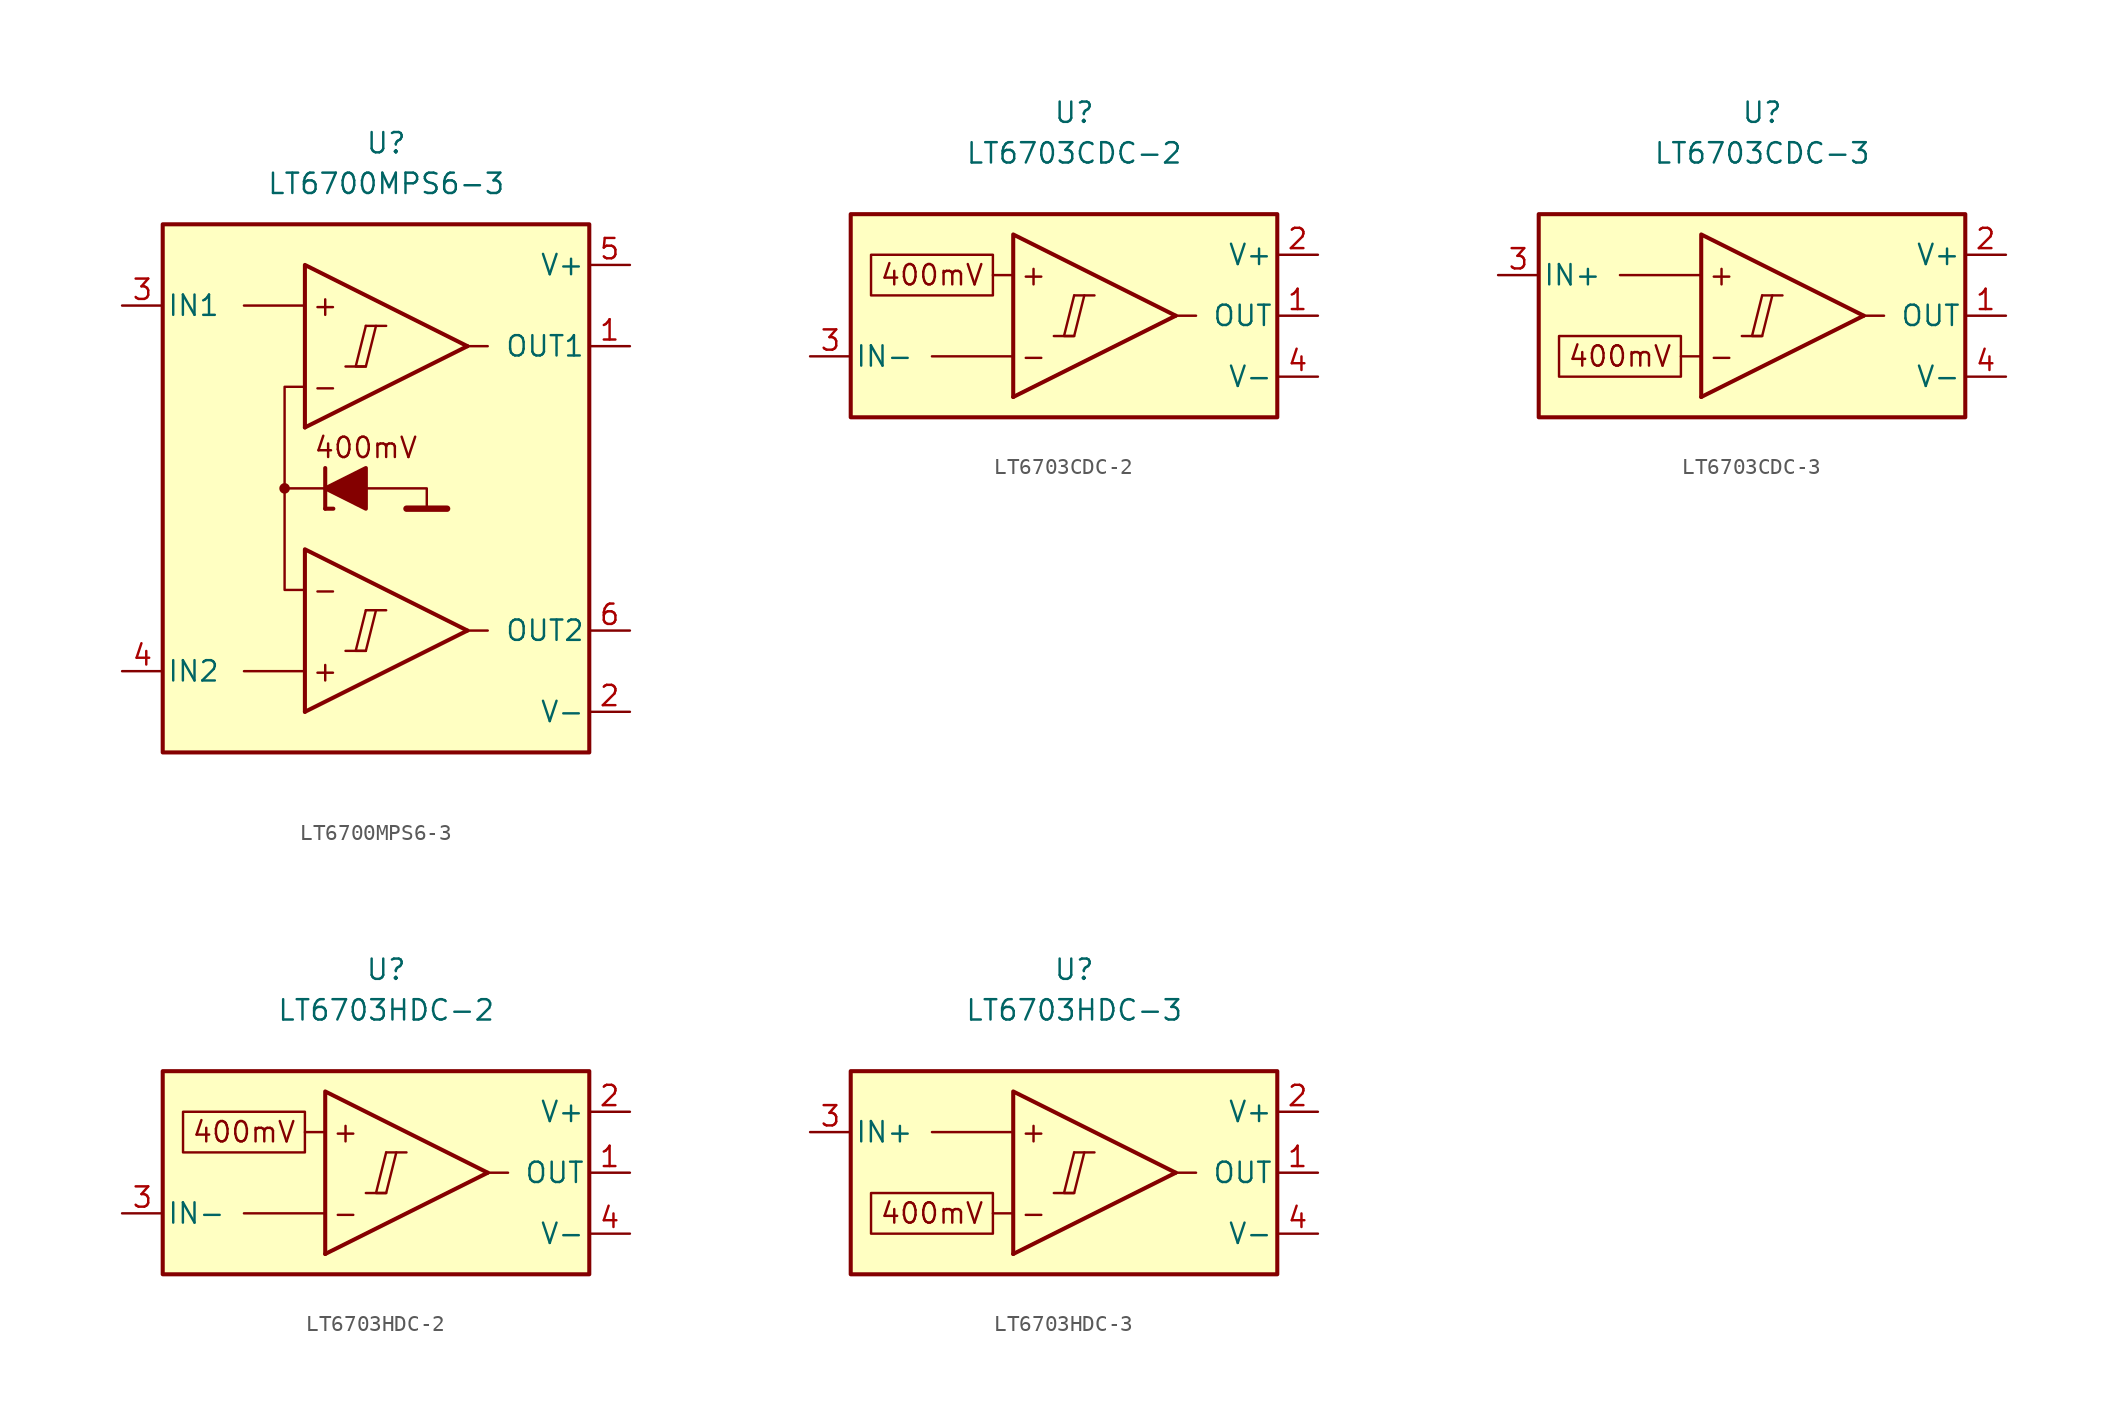
<source format=kicad_sym>
(kicad_symbol_lib
  (version 20231120)
  (generator "kicad_symbol_editor")
  (generator_version "8.0")
  (symbol "LT6700MPS6-3"
    (pin_names
      (offset 0.254))
    (property "Reference" "U"
      (at 0 22.86 0)
      (effects (font (size 1.27 1.27))))
    (property "Value" "LT6700MPS6-3"
      (at 0 20.32 0)
      (effects (font (size 1.27 1.27))))
    (symbol "LT6700MPS6-3_0_0"
      (rectangle (start -13.97 17.78) (end 12.7 -15.24) (stroke (width 0.254) (type default)) (fill (type background)))
      (circle (center -6.35 1.27) (radius 0.254) (stroke (width 0.152) (type default)) (fill (type outline)))
      (polyline (pts (xy -2.54 -8.89) (xy -1.27 -8.89)) (stroke (width 0.152) (type default)) (fill (type none)))
      (polyline (pts (xy -2.54 8.89) (xy -1.27 8.89)) (stroke (width 0.152) (type default)) (fill (type none)))
      (polyline (pts (xy -1.27 -6.35) (xy 0 -6.35)) (stroke (width 0.152) (type default)) (fill (type none)))
      (polyline (pts (xy -1.27 11.43) (xy 0 11.43)) (stroke (width 0.152) (type default)) (fill (type none)))
      (polyline (pts (xy 5.08 -7.62) (xy -5.08 -12.7)) (stroke (width 0.254) (type default)) (fill (type none)))
      (polyline (pts (xy 5.08 10.16) (xy -5.08 5.08)) (stroke (width 0.254) (type default)) (fill (type none)))
      (polyline (pts (xy 5.08 -7.62) (xy -5.08 -2.54) (xy -5.08 -12.7)) (stroke (width 0.254) (type default)) (fill (type background)))
      (polyline (pts (xy 5.08 10.16) (xy -5.08 15.24) (xy -5.08 5.08)) (stroke (width 0.254) (type default)) (fill (type background)))
      (polyline (pts (xy -1.27 -6.35) (xy -1.905 -8.89) (xy -1.27 -8.89) (xy -0.635 -6.35)) (stroke (width 0.152) (type default)) (fill (type none)))
      (polyline (pts (xy -1.27 11.43) (xy -1.905 8.89) (xy -1.27 8.89) (xy -0.635 11.43)) (stroke (width 0.152) (type default)) (fill (type none)))
      (text "+" (at -3.81 -10.16 0) (effects (font (size 1.27 1.27))))
      (text "+" (at -3.81 12.7 0) (effects (font (size 1.27 1.27))))
      (text "-" (at -3.81 -5.08 0) (effects (font (size 1.27 1.27))))
      (text "-" (at -3.81 7.62 0) (effects (font (size 1.27 1.27)))))
    (symbol "LT6700MPS6-3_0_1"
      (polyline (pts (xy -5.08 -10.16) (xy -8.89 -10.16)) (stroke (width 0) (type default)) (fill (type none)))
      (polyline (pts (xy -5.08 12.7) (xy -8.89 12.7)) (stroke (width 0) (type default)) (fill (type none)))
      (polyline (pts (xy -3.81 0) (xy -3.81 2.54)) (stroke (width 0.254) (type default)) (fill (type none)))
      (polyline (pts (xy -3.81 0) (xy -3.302 0)) (stroke (width 0.254) (type default)) (fill (type none)))
      (polyline (pts (xy -3.81 1.27) (xy -6.35 1.27)) (stroke (width 0.152) (type default)) (fill (type none)))
      (polyline (pts (xy 1.27 0) (xy 3.81 0)) (stroke (width 0.4) (type default)) (fill (type none)))
      (polyline (pts (xy 5.08 -7.62) (xy 6.35 -7.62)) (stroke (width 0) (type default)) (fill (type none)))
      (polyline (pts (xy 5.08 10.16) (xy 6.35 10.16)) (stroke (width 0) (type default)) (fill (type none)))
      (polyline (pts (xy -1.27 1.27) (xy 2.54 1.27) (xy 2.54 0)) (stroke (width 0.152) (type default)) (fill (type none)))
      (polyline (pts (xy -5.08 -5.08) (xy -6.35 -5.08) (xy -6.35 7.62) (xy -5.08 7.62)) (stroke (width 0.152) (type default)) (fill (type none)))
      (polyline (pts (xy -1.27 2.54) (xy -1.27 0) (xy -3.81 1.27) (xy -1.27 2.54)) (stroke (width 0.254) (type default)) (fill (type outline))))
    (symbol "LT6700MPS6-3_1_0"
      (text "400mV" (at -1.27 3.81 0) (effects (font (size 1.27 1.27)))))
    (symbol "LT6700MPS6-3_1_1"
      (pin output line (at 15.24 10.16 180) (length 2.54) (name "OUT1" (effects (font (size 1.27 1.27)))) (number "1" (effects (font (size 1.27 1.27)))))
      (pin power_in line (at 15.24 -12.7 180) (length 2.54) (name "V-" (effects (font (size 1.27 1.27)))) (number "2" (effects (font (size 1.27 1.27)))))
      (pin input line (at -16.51 12.7 0) (length 2.54) (name "IN1" (effects (font (size 1.27 1.27)))) (number "3" (effects (font (size 1.27 1.27)))))
      (pin input line (at -16.51 -10.16 0) (length 2.54) (name "IN2" (effects (font (size 1.27 1.27)))) (number "4" (effects (font (size 1.27 1.27)))))
      (pin power_in line (at 15.24 15.24 180) (length 2.54) (name "V+" (effects (font (size 1.27 1.27)))) (number "5" (effects (font (size 1.27 1.27)))))
      (pin output line (at 15.24 -7.62 180) (length 2.54) (name "OUT2" (effects (font (size 1.27 1.27)))) (number "6" (effects (font (size 1.27 1.27)))))))
  (symbol "LT6703CDC-2"
    (pin_names
      (offset 0.254))
    (property "Reference" "U"
      (at 0 12.7 0)
      (effects (font (size 1.27 1.27))))
    (property "Value" "LT6703CDC-2"
      (at 0 10.16 0)
      (effects (font (size 1.27 1.27))))
    (symbol "LT6703CDC-2_0_0"
      (polyline (pts (xy -1.27 -1.27) (xy 0 -1.27)) (stroke (width 0.152) (type default)) (fill (type none)))
      (polyline (pts (xy 0 1.27) (xy 1.27 1.27)) (stroke (width 0.152) (type default)) (fill (type none)))
      (polyline (pts (xy 6.35 0) (xy -3.81 -5.08)) (stroke (width 0.254) (type default)) (fill (type none)))
      (polyline (pts (xy 6.35 0) (xy -3.81 5.08) (xy -3.81 -5.08)) (stroke (width 0.254) (type default)) (fill (type background)))
      (polyline (pts (xy 0 1.27) (xy -0.635 -1.27) (xy 0 -1.27) (xy 0.635 1.27)) (stroke (width 0.152) (type default)) (fill (type none)))
      (text "+" (at -2.54 2.54 0) (effects (font (size 1.27 1.27))))
      (text "-" (at -2.54 -2.54 0) (effects (font (size 1.27 1.27)))))
    (symbol "LT6703CDC-2_0_1"
      (polyline (pts (xy -3.81 -2.54) (xy -8.89 -2.54)) (stroke (width 0) (type default)) (fill (type none)))
      (polyline (pts (xy -3.81 2.54) (xy -5.08 2.54)) (stroke (width 0) (type default)) (fill (type none)))
      (polyline (pts (xy 6.35 0) (xy 7.62 0)) (stroke (width 0) (type default)) (fill (type none))))
    (symbol "LT6703CDC-2_1_0"
      (rectangle (start -13.97 6.35) (end 12.7 -6.35) (stroke (width 0.254) (type default)) (fill (type background)))
      (rectangle (start -12.7 3.81) (end -5.08 1.27) (stroke (width 0.152) (type default)) (fill (type none)))
      (text "400mV" (at -8.89 2.54 0) (effects (font (size 1.27 1.27)))))
    (symbol "LT6703CDC-2_1_1"
      (pin output line (at 15.24 0 180) (length 2.54) (name "OUT" (effects (font (size 1.27 1.27)))) (number "1" (effects (font (size 1.27 1.27)))))
      (pin power_in line (at 15.24 3.81 180) (length 2.54) (name "V+" (effects (font (size 1.27 1.27)))) (number "2" (effects (font (size 1.27 1.27)))))
      (pin input line (at -16.51 -2.54 0) (length 2.54) (name "IN-" (effects (font (size 1.27 1.27)))) (number "3" (effects (font (size 1.27 1.27)))))
      (pin power_in line (at 15.24 -3.81 180) (length 2.54) (name "V-" (effects (font (size 1.27 1.27)))) (number "4" (effects (font (size 1.27 1.27)))))))
  (symbol "LT6703CDC-3"
    (pin_names
      (offset 0.254))
    (property "Reference" "U"
      (at 0 12.7 0)
      (effects (font (size 1.27 1.27))))
    (property "Value" "LT6703CDC-3"
      (at 0 10.16 0)
      (effects (font (size 1.27 1.27))))
    (symbol "LT6703CDC-3_0_0"
      (polyline (pts (xy -1.27 -1.27) (xy 0 -1.27)) (stroke (width 0.152) (type default)) (fill (type none)))
      (polyline (pts (xy 0 1.27) (xy 1.27 1.27)) (stroke (width 0.152) (type default)) (fill (type none)))
      (polyline (pts (xy 6.35 0) (xy -3.81 -5.08)) (stroke (width 0.254) (type default)) (fill (type none)))
      (polyline (pts (xy 6.35 0) (xy -3.81 5.08) (xy -3.81 -5.08)) (stroke (width 0.254) (type default)) (fill (type background)))
      (polyline (pts (xy 0 1.27) (xy -0.635 -1.27) (xy 0 -1.27) (xy 0.635 1.27)) (stroke (width 0.152) (type default)) (fill (type none)))
      (text "+" (at -2.54 2.54 0) (effects (font (size 1.27 1.27))))
      (text "-" (at -2.54 -2.54 0) (effects (font (size 1.27 1.27)))))
    (symbol "LT6703CDC-3_0_1"
      (polyline (pts (xy -3.81 -2.54) (xy -5.08 -2.54)) (stroke (width 0) (type default)) (fill (type none)))
      (polyline (pts (xy -3.81 2.54) (xy -8.89 2.54)) (stroke (width 0) (type default)) (fill (type none)))
      (polyline (pts (xy 6.35 0) (xy 7.62 0)) (stroke (width 0) (type default)) (fill (type none))))
    (symbol "LT6703CDC-3_1_0"
      (rectangle (start -13.97 6.35) (end 12.7 -6.35) (stroke (width 0.254) (type default)) (fill (type background)))
      (rectangle (start -12.7 -1.27) (end -5.08 -3.81) (stroke (width 0.152) (type default)) (fill (type none)))
      (text "400mV" (at -8.89 -2.54 0) (effects (font (size 1.27 1.27)))))
    (symbol "LT6703CDC-3_1_1"
      (pin output line (at 15.24 0 180) (length 2.54) (name "OUT" (effects (font (size 1.27 1.27)))) (number "1" (effects (font (size 1.27 1.27)))))
      (pin power_in line (at 15.24 3.81 180) (length 2.54) (name "V+" (effects (font (size 1.27 1.27)))) (number "2" (effects (font (size 1.27 1.27)))))
      (pin input line (at -16.51 2.54 0) (length 2.54) (name "IN+" (effects (font (size 1.27 1.27)))) (number "3" (effects (font (size 1.27 1.27)))))
      (pin power_in line (at 15.24 -3.81 180) (length 2.54) (name "V-" (effects (font (size 1.27 1.27)))) (number "4" (effects (font (size 1.27 1.27)))))))
  (symbol "LT6703HDC-2"
    (pin_names
      (offset 0.254))
    (property "Reference" "U"
      (at 0 12.7 0)
      (effects (font (size 1.27 1.27))))
    (property "Value" "LT6703HDC-2"
      (at 0 10.16 0)
      (effects (font (size 1.27 1.27))))
    (symbol "LT6703HDC-2_0_0"
      (polyline (pts (xy -1.27 -1.27) (xy 0 -1.27)) (stroke (width 0.152) (type default)) (fill (type none)))
      (polyline (pts (xy 0 1.27) (xy 1.27 1.27)) (stroke (width 0.152) (type default)) (fill (type none)))
      (polyline (pts (xy 6.35 0) (xy -3.81 -5.08)) (stroke (width 0.254) (type default)) (fill (type none)))
      (polyline (pts (xy 6.35 0) (xy -3.81 5.08) (xy -3.81 -5.08)) (stroke (width 0.254) (type default)) (fill (type background)))
      (polyline (pts (xy 0 1.27) (xy -0.635 -1.27) (xy 0 -1.27) (xy 0.635 1.27)) (stroke (width 0.152) (type default)) (fill (type none)))
      (text "+" (at -2.54 2.54 0) (effects (font (size 1.27 1.27))))
      (text "-" (at -2.54 -2.54 0) (effects (font (size 1.27 1.27)))))
    (symbol "LT6703HDC-2_0_1"
      (polyline (pts (xy -3.81 -2.54) (xy -8.89 -2.54)) (stroke (width 0) (type default)) (fill (type none)))
      (polyline (pts (xy -3.81 2.54) (xy -5.08 2.54)) (stroke (width 0) (type default)) (fill (type none)))
      (polyline (pts (xy 6.35 0) (xy 7.62 0)) (stroke (width 0) (type default)) (fill (type none))))
    (symbol "LT6703HDC-2_1_0"
      (rectangle (start -13.97 6.35) (end 12.7 -6.35) (stroke (width 0.254) (type default)) (fill (type background)))
      (rectangle (start -12.7 3.81) (end -5.08 1.27) (stroke (width 0.152) (type default)) (fill (type none)))
      (text "400mV" (at -8.89 2.54 0) (effects (font (size 1.27 1.27)))))
    (symbol "LT6703HDC-2_1_1"
      (pin output line (at 15.24 0 180) (length 2.54) (name "OUT" (effects (font (size 1.27 1.27)))) (number "1" (effects (font (size 1.27 1.27)))))
      (pin power_in line (at 15.24 3.81 180) (length 2.54) (name "V+" (effects (font (size 1.27 1.27)))) (number "2" (effects (font (size 1.27 1.27)))))
      (pin input line (at -16.51 -2.54 0) (length 2.54) (name "IN-" (effects (font (size 1.27 1.27)))) (number "3" (effects (font (size 1.27 1.27)))))
      (pin power_in line (at 15.24 -3.81 180) (length 2.54) (name "V-" (effects (font (size 1.27 1.27)))) (number "4" (effects (font (size 1.27 1.27)))))))
  (symbol "LT6703HDC-3"
    (pin_names
      (offset 0.254))
    (property "Reference" "U"
      (at 0 12.7 0)
      (effects (font (size 1.27 1.27))))
    (property "Value" "LT6703HDC-3"
      (at 0 10.16 0)
      (effects (font (size 1.27 1.27))))
    (symbol "LT6703HDC-3_0_0"
      (polyline (pts (xy -1.27 -1.27) (xy 0 -1.27)) (stroke (width 0.152) (type default)) (fill (type none)))
      (polyline (pts (xy 0 1.27) (xy 1.27 1.27)) (stroke (width 0.152) (type default)) (fill (type none)))
      (polyline (pts (xy 6.35 0) (xy -3.81 -5.08)) (stroke (width 0.254) (type default)) (fill (type none)))
      (polyline (pts (xy 6.35 0) (xy -3.81 5.08) (xy -3.81 -5.08)) (stroke (width 0.254) (type default)) (fill (type background)))
      (polyline (pts (xy 0 1.27) (xy -0.635 -1.27) (xy 0 -1.27) (xy 0.635 1.27)) (stroke (width 0.152) (type default)) (fill (type none)))
      (text "+" (at -2.54 2.54 0) (effects (font (size 1.27 1.27))))
      (text "-" (at -2.54 -2.54 0) (effects (font (size 1.27 1.27)))))
    (symbol "LT6703HDC-3_0_1"
      (polyline (pts (xy -3.81 -2.54) (xy -5.08 -2.54)) (stroke (width 0) (type default)) (fill (type none)))
      (polyline (pts (xy -3.81 2.54) (xy -8.89 2.54)) (stroke (width 0) (type default)) (fill (type none)))
      (polyline (pts (xy 6.35 0) (xy 7.62 0)) (stroke (width 0) (type default)) (fill (type none))))
    (symbol "LT6703HDC-3_1_0"
      (rectangle (start -13.97 6.35) (end 12.7 -6.35) (stroke (width 0.254) (type default)) (fill (type background)))
      (rectangle (start -12.7 -1.27) (end -5.08 -3.81) (stroke (width 0.152) (type default)) (fill (type none)))
      (text "400mV" (at -8.89 -2.54 0) (effects (font (size 1.27 1.27)))))
    (symbol "LT6703HDC-3_1_1"
      (pin output line (at 15.24 0 180) (length 2.54) (name "OUT" (effects (font (size 1.27 1.27)))) (number "1" (effects (font (size 1.27 1.27)))))
      (pin power_in line (at 15.24 3.81 180) (length 2.54) (name "V+" (effects (font (size 1.27 1.27)))) (number "2" (effects (font (size 1.27 1.27)))))
      (pin input line (at -16.51 2.54 0) (length 2.54) (name "IN+" (effects (font (size 1.27 1.27)))) (number "3" (effects (font (size 1.27 1.27)))))
      (pin power_in line (at 15.24 -3.81 180) (length 2.54) (name "V-" (effects (font (size 1.27 1.27)))) (number "4" (effects (font (size 1.27 1.27))))))))
</source>
